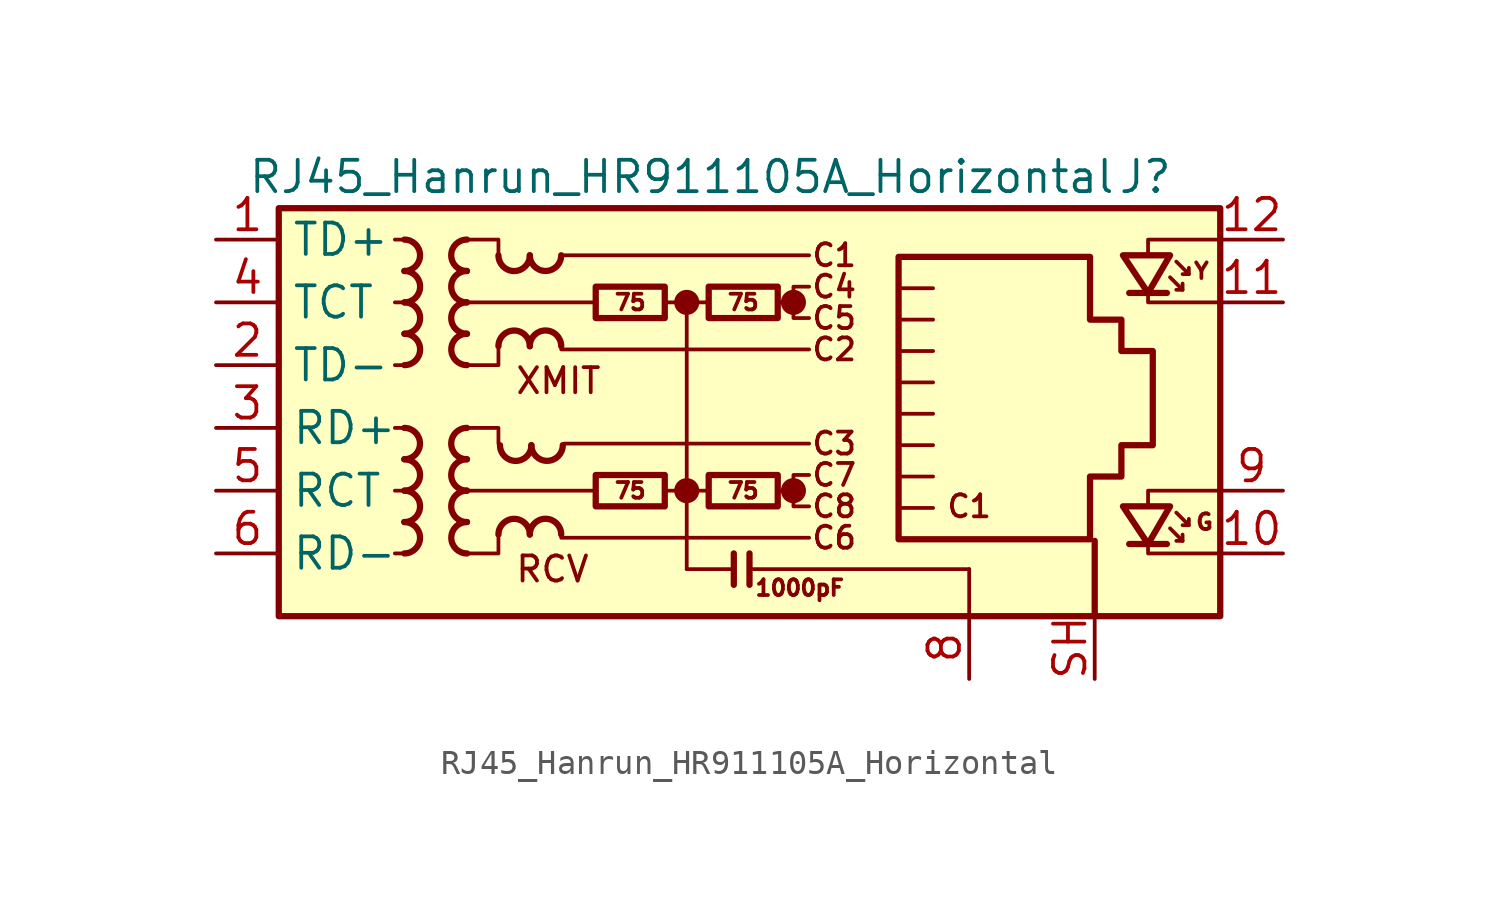
<source format=kicad_sym>
(kicad_symbol_lib
  (version 20220914)
  (generator kicad_symbol_editor)
  (symbol "RJ45_Hanrun_HR911105A_Horizontal"
    (property "Reference" "J"
      (at 18.415 10.16 0)
      (effects (font (size 1.27 1.27)) (justify right)))
    (property "Value" "RJ45_Hanrun_HR911105A_Horizontal"
      (at -19.05 10.16 0)
      (effects (font (size 1.27 1.27)) (justify left)))
    (symbol "RJ45_Hanrun_HR911105A_Horizontal_0_0"
      (circle (center -1.27 -2.54) (radius 0.0001) (stroke (width 0.508) (type default)) (fill (type none)))
      (circle (center -1.27 5.08) (radius 0.0001) (stroke (width 0.508) (type default)) (fill (type none)))
      (polyline (pts (xy -1.27 5.08) (xy -1.27 -5.715)) (stroke (width 0) (type default)) (fill (type none)))
      (polyline (pts (xy 0.635 -5.08) (xy 0.635 -6.35)) (stroke (width 0.254) (type default)) (fill (type none)))
      (polyline (pts (xy 1.27 -5.08) (xy 1.27 -6.35)) (stroke (width 0.254) (type default)) (fill (type none)))
      (polyline (pts (xy 3.048 -2.54) (xy 2.54 -2.54)) (stroke (width 0) (type default)) (fill (type none)))
      (polyline (pts (xy 3.048 5.08) (xy 2.54 5.08)) (stroke (width 0) (type default)) (fill (type none)))
      (polyline (pts (xy 17.399 -3.175) (xy 17.399 -2.54) (xy 20.32 -2.54)) (stroke (width 0) (type default)) (fill (type none)))
      (polyline (pts (xy 17.399 6.985) (xy 17.399 7.62) (xy 20.32 7.62)) (stroke (width 0) (type default)) (fill (type none)))
      (polyline (pts (xy 20.32 -5.08) (xy 17.399 -5.08) (xy 17.399 -4.572)) (stroke (width 0) (type default)) (fill (type none)))
      (polyline (pts (xy 20.32 5.08) (xy 17.399 5.08) (xy 17.399 5.588)) (stroke (width 0) (type default)) (fill (type none)))
      (polyline (pts (xy 3.683 -1.905) (xy 3.048 -1.905) (xy 3.048 -3.175) (xy 3.683 -3.175)) (stroke (width 0) (type default)) (fill (type none)))
      (polyline (pts (xy 3.683 5.715) (xy 3.048 5.715) (xy 3.048 4.445) (xy 3.683 4.445)) (stroke (width 0) (type default)) (fill (type none)))
      (circle (center 3.048 -2.54) (radius 0.0001) (stroke (width 0.508) (type default)) (fill (type none)))
      (circle (center 3.048 5.08) (radius 0.0001) (stroke (width 0.508) (type default)) (fill (type none)))
      (text "C1" (at 4.699 6.985 0) (effects (font (size 0.889 0.889))))
      (text "C1" (at 10.16 -3.175 0) (effects (font (size 0.889 0.889))))
      (text "C2" (at 4.699 3.175 0) (effects (font (size 0.889 0.889))))
      (text "C3" (at 4.699 -0.635 0) (effects (font (size 0.889 0.889))))
      (text "C4" (at 4.699 5.715 0) (effects (font (size 0.889 0.889))))
      (text "C5" (at 4.699 4.445 0) (effects (font (size 0.889 0.889))))
      (text "C6" (at 4.699 -4.445 0) (effects (font (size 0.889 0.889))))
      (text "C7" (at 4.699 -1.905 0) (effects (font (size 0.889 0.889))))
      (text "C8" (at 4.699 -3.175 0) (effects (font (size 0.889 0.889))))
      (text "RCV" (at -8.255 -5.715 0) (effects (font (size 1.016 1.016)) (justify left)))
      (text "XMIT" (at -8.255 1.905 0) (effects (font (size 1.016 1.016)) (justify left))))
    (symbol "RJ45_Hanrun_HR911105A_Horizontal_0_1"
      (rectangle (start -17.78 8.89) (end 20.32 -7.62) (stroke (width 0.254) (type default)) (fill (type background)))
      (polyline (pts (xy -12.7 -5.08) (xy -13.081 -5.08)) (stroke (width 0) (type default)) (fill (type none)))
      (polyline (pts (xy -12.7 -2.54) (xy -13.081 -2.54)) (stroke (width 0) (type default)) (fill (type none)))
      (polyline (pts (xy -12.7 0) (xy -13.081 0)) (stroke (width 0) (type default)) (fill (type none)))
      (polyline (pts (xy -12.7 2.54) (xy -13.081 2.54)) (stroke (width 0) (type default)) (fill (type none)))
      (polyline (pts (xy -12.7 5.08) (xy -13.081 5.08)) (stroke (width 0) (type default)) (fill (type none)))
      (polyline (pts (xy -12.7 7.62) (xy -13.081 7.62)) (stroke (width 0) (type default)) (fill (type none)))
      (polyline (pts (xy -6.35 -4.445) (xy 3.683 -4.445)) (stroke (width 0) (type default)) (fill (type none)))
      (polyline (pts (xy -6.35 3.175) (xy 3.683 3.175)) (stroke (width 0) (type default)) (fill (type none)))
      (polyline (pts (xy -6.35 6.985) (xy 3.683 6.985)) (stroke (width 0) (type default)) (fill (type none)))
      (polyline (pts (xy -6.223 -0.635) (xy 3.683 -0.635)) (stroke (width 0) (type default)) (fill (type none)))
      (polyline (pts (xy -5.08 -2.54) (xy -10.16 -2.54)) (stroke (width 0) (type default)) (fill (type none)))
      (polyline (pts (xy -4.953 5.08) (xy -10.16 5.08)) (stroke (width 0) (type default)) (fill (type none)))
      (polyline (pts (xy -2.159 -2.54) (xy -0.381 -2.54)) (stroke (width 0) (type default)) (fill (type none)))
      (polyline (pts (xy -2.159 5.08) (xy -0.381 5.08)) (stroke (width 0) (type default)) (fill (type none)))
      (polyline (pts (xy 0.635 -5.715) (xy -1.27 -5.715)) (stroke (width 0) (type default)) (fill (type none)))
      (polyline (pts (xy 7.429 -1.968) (xy 8.7 -1.968)) (stroke (width 0) (type default)) (fill (type none)))
      (polyline (pts (xy 7.429 -0.699) (xy 8.7 -0.699)) (stroke (width 0) (type default)) (fill (type none)))
      (polyline (pts (xy 7.429 0.572) (xy 8.7 0.572)) (stroke (width 0) (type default)) (fill (type none)))
      (polyline (pts (xy 7.429 1.841) (xy 8.7 1.841)) (stroke (width 0) (type default)) (fill (type none)))
      (polyline (pts (xy 7.429 3.111) (xy 8.7 3.111)) (stroke (width 0) (type default)) (fill (type none)))
      (polyline (pts (xy 8.7 -3.239) (xy 7.429 -3.239)) (stroke (width 0) (type default)) (fill (type none)))
      (polyline (pts (xy 8.7 4.381) (xy 7.429 4.381)) (stroke (width 0) (type default)) (fill (type none)))
      (polyline (pts (xy 8.7 5.652) (xy 7.429 5.652)) (stroke (width 0) (type default)) (fill (type none)))
      (polyline (pts (xy 10.16 -5.715) (xy 1.27 -5.715)) (stroke (width 0) (type default)) (fill (type none)))
      (polyline (pts (xy 10.16 -5.715) (xy 10.16 -7.62)) (stroke (width 0) (type default)) (fill (type none)))
      (polyline (pts (xy -10.16 0) (xy -8.89 0) (xy -8.89 -0.635)) (stroke (width 0) (type default)) (fill (type none)))
      (polyline (pts (xy -10.16 7.62) (xy -8.89 7.62) (xy -8.89 6.985)) (stroke (width 0) (type default)) (fill (type none)))
      (polyline (pts (xy -8.89 -4.445) (xy -8.89 -5.08) (xy -10.16 -5.08)) (stroke (width 0) (type default)) (fill (type none)))
      (polyline (pts (xy -8.89 3.175) (xy -8.89 2.54) (xy -10.16 2.54)) (stroke (width 0) (type default)) (fill (type none))))
    (symbol "RJ45_Hanrun_HR911105A_Horizontal_1_0"
      (text "1000pF" (at 3.302 -6.477 0) (effects (font (size 0.635 0.635)))))
    (symbol "RJ45_Hanrun_HR911105A_Horizontal_1_1"
      (arc (start -12.7 -1.27) (mid -12.0677 -0.635) (end -12.7 0) (stroke (width 0.254) (type default)) (fill (type none)))
      (arc (start -12.6973 -5.08) (mid -12.065 -4.445) (end -12.6973 -3.81) (stroke (width 0.254) (type default)) (fill (type none)))
      (arc (start -12.6973 -3.81) (mid -12.065 -3.175) (end -12.6973 -2.54) (stroke (width 0.254) (type default)) (fill (type none)))
      (arc (start -12.6973 -2.54) (mid -12.065 -1.905) (end -12.6973 -1.27) (stroke (width 0.254) (type default)) (fill (type none)))
      (arc (start -12.6973 6.35) (mid -12.065 6.985) (end -12.6973 7.62) (stroke (width 0.254) (type default)) (fill (type none)))
      (arc (start -12.6946 2.54) (mid -12.0623 3.175) (end -12.6946 3.81) (stroke (width 0.254) (type default)) (fill (type none)))
      (arc (start -12.6946 3.81) (mid -12.0623 4.445) (end -12.6946 5.08) (stroke (width 0.254) (type default)) (fill (type none)))
      (arc (start -12.6946 5.08) (mid -12.0623 5.715) (end -12.6946 6.35) (stroke (width 0.254) (type default)) (fill (type none)))
      (arc (start -10.1654 -2.54) (mid -10.7977 -3.175) (end -10.1654 -3.81) (stroke (width 0.254) (type default)) (fill (type none)))
      (arc (start -10.1654 -1.27) (mid -10.7977 -1.905) (end -10.1654 -2.54) (stroke (width 0.254) (type default)) (fill (type none)))
      (arc (start -10.1654 0) (mid -10.7977 -0.635) (end -10.1654 -1.27) (stroke (width 0.254) (type default)) (fill (type none)))
      (arc (start -10.1654 5.08) (mid -10.7977 4.445) (end -10.1654 3.81) (stroke (width 0.254) (type default)) (fill (type none)))
      (arc (start -10.1654 6.35) (mid -10.7977 5.715) (end -10.1654 5.08) (stroke (width 0.254) (type default)) (fill (type none)))
      (arc (start -10.1654 7.62) (mid -10.7977 6.985) (end -10.1654 6.35) (stroke (width 0.254) (type default)) (fill (type none)))
      (arc (start -10.1627 -3.81) (mid -10.795 -4.445) (end -10.1627 -5.08) (stroke (width 0.254) (type default)) (fill (type none)))
      (arc (start -10.1627 3.81) (mid -10.795 3.175) (end -10.1627 2.54) (stroke (width 0.254) (type default)) (fill (type none)))
      (arc (start -8.89 6.9823) (mid -8.255 6.35) (end -7.62 6.9823) (stroke (width 0.254) (type default)) (fill (type none)))
      (arc (start -8.8265 -0.7012) (mid -8.1915 -1.3335) (end -7.5565 -0.7012) (stroke (width 0.254) (type default)) (fill (type none)))
      (arc (start -7.62 -4.3153) (mid -8.255 -3.683) (end -8.89 -4.3153) (stroke (width 0.254) (type default)) (fill (type none)))
      (arc (start -7.62 3.3047) (mid -8.255 3.937) (end -8.89 3.3047) (stroke (width 0.254) (type default)) (fill (type none)))
      (arc (start -7.62 6.985) (mid -6.985 6.3527) (end -6.35 6.985) (stroke (width 0.254) (type default)) (fill (type none)))
      (arc (start -7.5565 -0.6985) (mid -6.9215 -1.3308) (end -6.2865 -0.6985) (stroke (width 0.254) (type default)) (fill (type none)))
      (arc (start -6.35 -4.3126) (mid -6.985 -3.6803) (end -7.62 -4.3126) (stroke (width 0.254) (type default)) (fill (type none)))
      (arc (start -6.35 3.3074) (mid -6.985 3.9397) (end -7.62 3.3074) (stroke (width 0.254) (type default)) (fill (type none)))
      (rectangle (start -4.953 -1.905) (end -2.159 -3.175) (stroke (width 0.254) (type default)) (fill (type none)))
      (rectangle (start -4.953 5.715) (end -2.159 4.445) (stroke (width 0.254) (type default)) (fill (type none)))
      (rectangle (start -0.381 -1.905) (end 2.413 -3.175) (stroke (width 0.254) (type default)) (fill (type none)))
      (rectangle (start -0.381 5.715) (end 2.413 4.445) (stroke (width 0.254) (type default)) (fill (type none)))
      (polyline (pts (xy 15.24 -7.62) (xy 15.24 -4.572)) (stroke (width 0.254) (type default)) (fill (type none)))
      (polyline (pts (xy 18.161 -4.699) (xy 16.637 -4.699)) (stroke (width 0.254) (type default)) (fill (type none)))
      (polyline (pts (xy 18.161 5.461) (xy 16.637 5.461)) (stroke (width 0.254) (type default)) (fill (type none)))
      (polyline (pts (xy 18.796 -4.572) (xy 18.796 -4.318)) (stroke (width 0) (type default)) (fill (type none)))
      (polyline (pts (xy 18.796 5.588) (xy 18.796 5.842)) (stroke (width 0) (type default)) (fill (type none)))
      (polyline (pts (xy 19.05 -3.937) (xy 19.05 -3.683)) (stroke (width 0) (type default)) (fill (type none)))
      (polyline (pts (xy 19.05 6.223) (xy 19.05 6.477)) (stroke (width 0) (type default)) (fill (type none)))
      (polyline (pts (xy 18.288 -4.064) (xy 18.796 -4.572) (xy 18.542 -4.572)) (stroke (width 0) (type default)) (fill (type none)))
      (polyline (pts (xy 18.288 6.096) (xy 18.796 5.588) (xy 18.542 5.588)) (stroke (width 0) (type default)) (fill (type none)))
      (polyline (pts (xy 18.542 -3.429) (xy 19.05 -3.937) (xy 18.796 -3.937)) (stroke (width 0) (type default)) (fill (type none)))
      (polyline (pts (xy 18.542 6.731) (xy 19.05 6.223) (xy 18.796 6.223)) (stroke (width 0) (type default)) (fill (type none)))
      (polyline (pts (xy 18.288 -3.175) (xy 16.383 -3.175) (xy 17.399 -4.699) (xy 18.288 -3.175)) (stroke (width 0.254) (type default)) (fill (type none)))
      (polyline (pts (xy 18.288 6.985) (xy 16.383 6.985) (xy 17.399 5.461) (xy 18.288 6.985)) (stroke (width 0.254) (type default)) (fill (type none)))
      (polyline (pts (xy 7.303 -4.508) (xy 7.303 6.921) (xy 15.05 6.921) (xy 15.05 4.381) (xy 16.32 4.381) (xy 16.32 3.111) (xy 17.59 3.111) (xy 17.59 -0.699) (xy 16.32 -0.699) (xy 16.32 -1.968) (xy 15.05 -1.968) (xy 15.05 -4.508) (xy 7.303 -4.508)) (stroke (width 0.254) (type default)) (fill (type none)))
      (text "75" (at -3.556 -2.54 0) (effects (font (size 0.635 0.635))))
      (text "75" (at -3.556 5.08 0) (effects (font (size 0.635 0.635))))
      (text "75" (at 1.016 -2.54 0) (effects (font (size 0.635 0.635))))
      (text "75" (at 1.016 5.08 0) (effects (font (size 0.635 0.635))))
      (text "G" (at 19.685 -3.81 0) (effects (font (size 0.635 0.635))))
      (text "Y" (at 19.558 6.35 0) (effects (font (size 0.635 0.635))))
      (pin passive line (at -20.32 7.62 0) (length 2.54) (name "TD+" (effects (font (size 1.27 1.27)))) (number "1" (effects (font (size 1.27 1.27)))))
      (pin passive line (at 22.86 -5.08 180) (length 2.54) (name "" (effects (font (size 1.27 1.27)))) (number "10" (effects (font (size 1.27 1.27)))))
      (pin passive line (at 22.86 5.08 180) (length 2.54) (name "" (effects (font (size 1.27 1.27)))) (number "11" (effects (font (size 1.27 1.27)))))
      (pin passive line (at 22.86 7.62 180) (length 2.54) (name "" (effects (font (size 1.27 1.27)))) (number "12" (effects (font (size 1.27 1.27)))))
      (pin passive line (at -20.32 2.54 0) (length 2.54) (name "TD-" (effects (font (size 1.27 1.27)))) (number "2" (effects (font (size 1.27 1.27)))))
      (pin passive line (at -20.32 0 0) (length 2.54) (name "RD+" (effects (font (size 1.27 1.27)))) (number "3" (effects (font (size 1.27 1.27)))))
      (pin passive line (at -20.32 5.08 0) (length 2.54) (name "TCT" (effects (font (size 1.27 1.27)))) (number "4" (effects (font (size 1.27 1.27)))))
      (pin passive line (at -20.32 -2.54 0) (length 2.54) (name "RCT" (effects (font (size 1.27 1.27)))) (number "5" (effects (font (size 1.27 1.27)))))
      (pin passive line (at -20.32 -5.08 0) (length 2.54) (name "RD-" (effects (font (size 1.27 1.27)))) (number "6" (effects (font (size 1.27 1.27)))))
      (pin no_connect line (at 20.32 0 0) (length 0) hide (name "NC" (effects (font (size 1.27 1.27)))) (number "7" (effects (font (size 1.27 1.27)))))
      (pin power_in line (at 10.16 -10.16 90) (length 2.54) (name "" (effects (font (size 1.27 1.27)))) (number "8" (effects (font (size 1.27 1.27)))))
      (pin passive line (at 22.86 -2.54 180) (length 2.54) (name "" (effects (font (size 1.27 1.27)))) (number "9" (effects (font (size 1.27 1.27)))))
      (pin passive line (at 15.24 -10.16 90) (length 2.54) (name "" (effects (font (size 1.27 1.27)))) (number "SH" (effects (font (size 1.27 1.27))))))))
</source>
